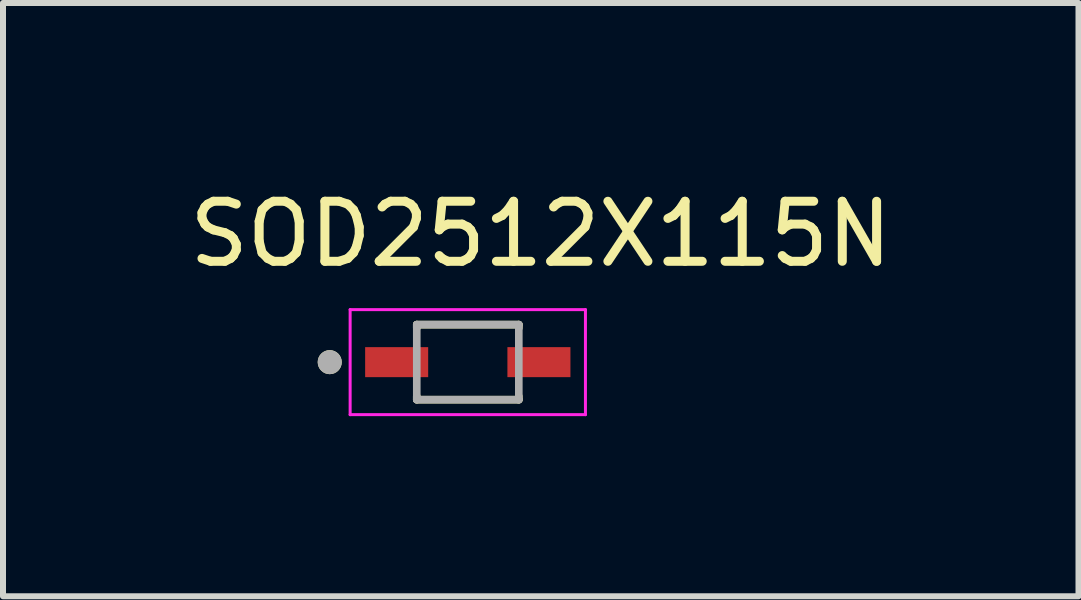
<source format=kicad_pcb>
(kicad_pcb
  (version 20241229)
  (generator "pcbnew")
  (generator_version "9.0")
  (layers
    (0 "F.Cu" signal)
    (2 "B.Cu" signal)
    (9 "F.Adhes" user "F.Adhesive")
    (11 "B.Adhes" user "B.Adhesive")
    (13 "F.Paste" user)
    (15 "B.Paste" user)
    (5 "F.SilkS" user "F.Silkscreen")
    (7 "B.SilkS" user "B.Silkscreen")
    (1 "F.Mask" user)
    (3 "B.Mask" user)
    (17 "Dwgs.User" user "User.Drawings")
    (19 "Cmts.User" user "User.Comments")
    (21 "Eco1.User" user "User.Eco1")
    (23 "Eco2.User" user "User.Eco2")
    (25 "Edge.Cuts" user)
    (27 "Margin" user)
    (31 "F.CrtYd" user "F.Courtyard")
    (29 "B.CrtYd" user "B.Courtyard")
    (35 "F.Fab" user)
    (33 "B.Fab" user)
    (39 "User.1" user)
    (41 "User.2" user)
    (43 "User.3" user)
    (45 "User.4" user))
  (footprint "SOD2512X115N"
    (layer "F.Cu")
    (at 4.743 2.983)
    (property "Reference" "SOD2512X115N" (at 1.215 -2.135 0) (layer "F.SilkS") (effects (font (size 1 1) (thickness 0.15))))
    (attr smd)
    (fp_line (start -0.85 -0.625) (end 0.85 -0.625) (stroke (width 0.127) (type solid)) (layer "F.SilkS"))
    (fp_line (start -0.85 -0.57) (end -0.85 -0.625) (stroke (width 0.127) (type solid)) (layer "F.SilkS"))
    (fp_line (start -0.85 0.625) (end -0.85 0.57) (stroke (width 0.127) (type solid)) (layer "F.SilkS"))
    (fp_line (start 0.85 -0.625) (end 0.85 -0.57) (stroke (width 0.127) (type solid)) (layer "F.SilkS"))
    (fp_line (start 0.85 0.625) (end -0.85 0.625) (stroke (width 0.127) (type solid)) (layer "F.SilkS"))
    (fp_line (start 0.85 0.625) (end 0.85 0.57) (stroke (width 0.127) (type solid)) (layer "F.SilkS"))
    (fp_circle (center -2.3 0) (end -2.2 0) (stroke (width 0.2) (type solid)) (fill no) (layer "F.SilkS"))
    (fp_line (start -1.96 -0.875) (end -1.96 0.875) (stroke (width 0.05) (type solid)) (layer "F.CrtYd"))
    (fp_line (start -1.96 0.875) (end 1.96 0.875) (stroke (width 0.05) (type solid)) (layer "F.CrtYd"))
    (fp_line (start 1.96 -0.875) (end -1.96 -0.875) (stroke (width 0.05) (type solid)) (layer "F.CrtYd"))
    (fp_line (start 1.96 0.875) (end 1.96 -0.875) (stroke (width 0.05) (type solid)) (layer "F.CrtYd"))
    (fp_line (start -0.85 -0.625) (end 0.85 -0.625) (stroke (width 0.127) (type solid)) (layer "F.Fab"))
    (fp_line (start -0.85 0.625) (end -0.85 -0.625) (stroke (width 0.127) (type solid)) (layer "F.Fab"))
    (fp_line (start 0.85 -0.625) (end 0.85 0.625) (stroke (width 0.127) (type solid)) (layer "F.Fab"))
    (fp_line (start 0.85 0.625) (end -0.85 0.625) (stroke (width 0.127) (type solid)) (layer "F.Fab"))
    (fp_circle (center -2.3 0) (end -2.2 0) (stroke (width 0.2) (type solid)) (fill no) (layer "F.Fab"))
    (pad "A" smd rect (at 1.185 0) (size 1.05 0.5) (layers "F.Cu" "F.Mask" "F.Paste"))
    (pad "C" smd rect (at -1.185 0) (size 1.05 0.5) (layers "F.Cu" "F.Mask" "F.Paste")))
  (gr_rect
    (start -3 -3)
    (end 14.917 6.883)
    (stroke (width 0.1) (type default))
    (fill no)
    (layer "Edge.Cuts")))
</source>
